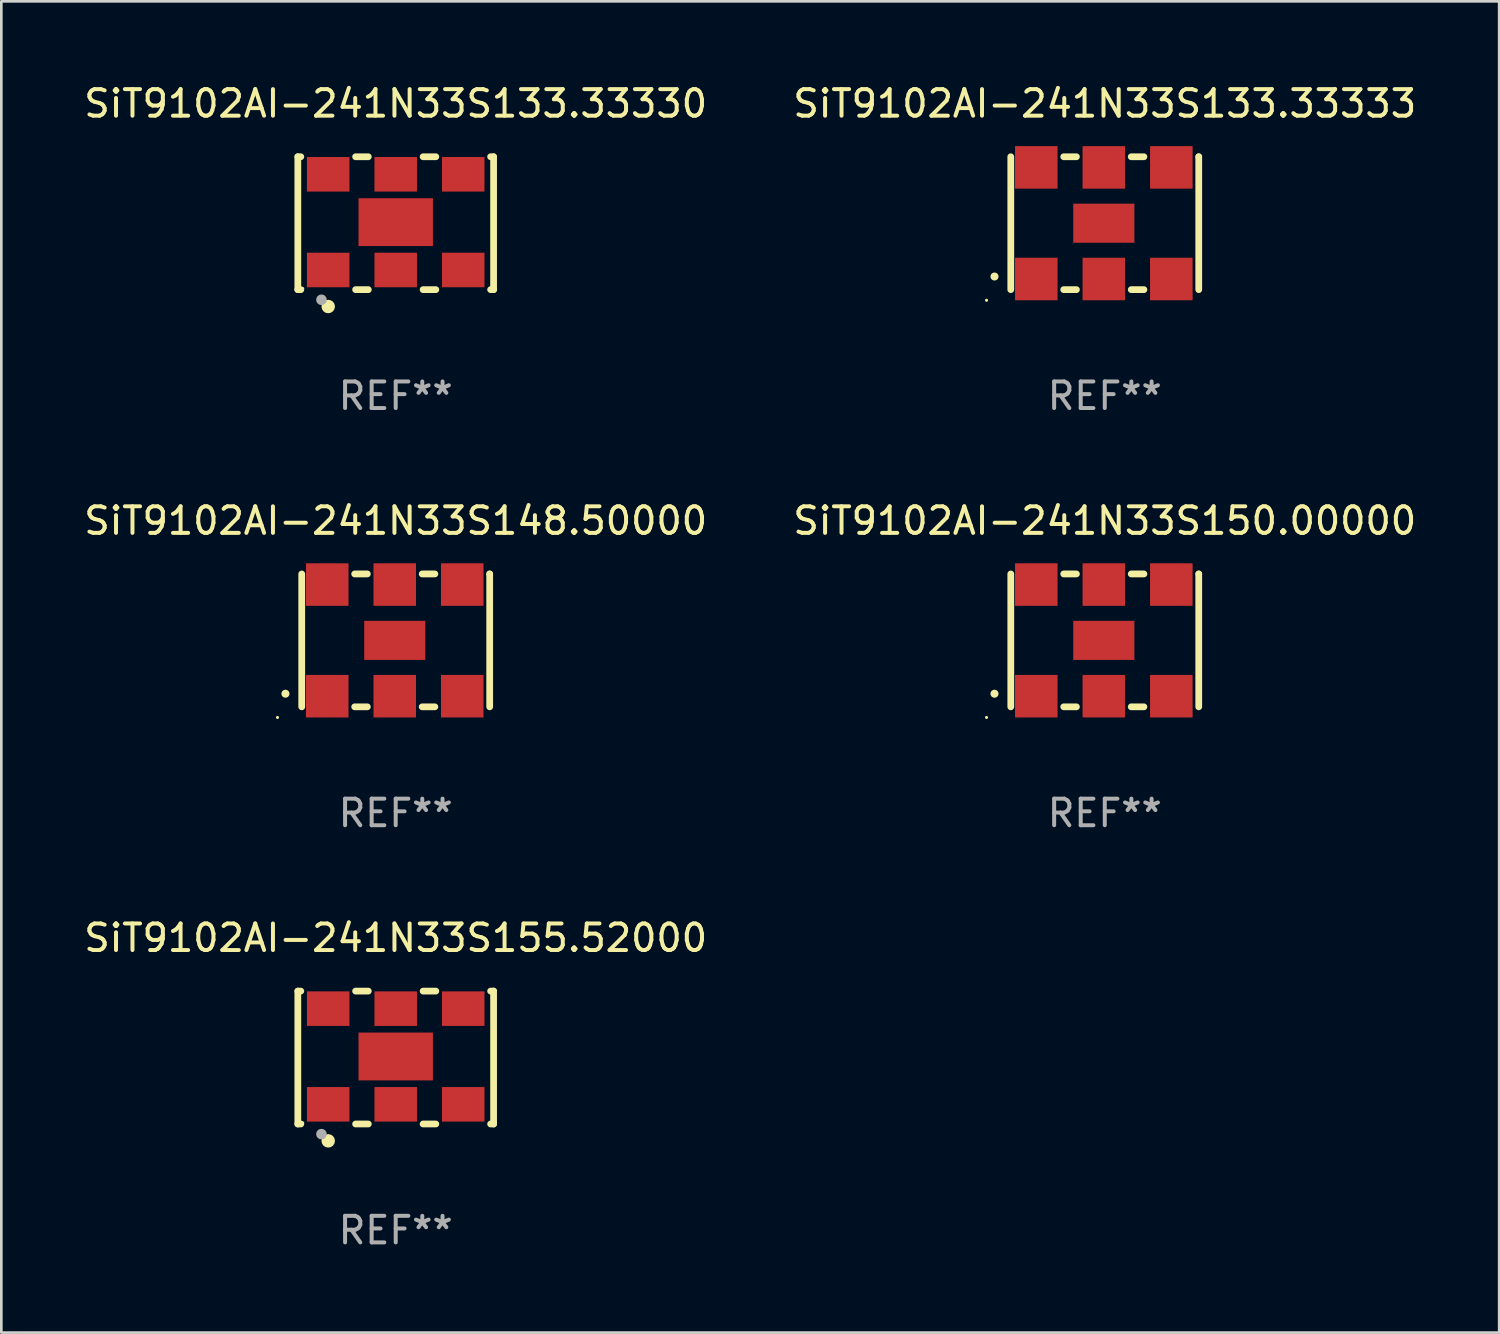
<source format=kicad_pcb>
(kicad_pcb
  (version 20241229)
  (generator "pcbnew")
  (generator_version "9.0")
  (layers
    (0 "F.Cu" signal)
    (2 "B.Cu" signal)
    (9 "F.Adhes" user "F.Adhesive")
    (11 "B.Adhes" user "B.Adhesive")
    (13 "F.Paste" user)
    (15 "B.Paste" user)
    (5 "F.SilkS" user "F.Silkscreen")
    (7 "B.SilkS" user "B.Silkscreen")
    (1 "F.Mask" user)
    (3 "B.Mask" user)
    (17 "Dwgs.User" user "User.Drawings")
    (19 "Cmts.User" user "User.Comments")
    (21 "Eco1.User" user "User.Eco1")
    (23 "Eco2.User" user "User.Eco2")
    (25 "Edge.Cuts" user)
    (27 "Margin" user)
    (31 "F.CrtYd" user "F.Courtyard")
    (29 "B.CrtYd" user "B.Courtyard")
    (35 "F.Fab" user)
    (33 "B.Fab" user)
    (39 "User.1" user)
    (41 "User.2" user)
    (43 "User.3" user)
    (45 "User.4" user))
  (footprint "SiT9102AI-241N33S133.33330"
    (layer "F.Cu")
    (at 11.839 5.348)
    (property "Reference" "SiT9102AI-241N33S133.33330" (at 0 -4.5 0) (layer "F.SilkS") (effects (font (size 1 1) (thickness 0.15))))
    (attr through_hole)
    (fp_line (start -3.683 -2.5) (end -3.571 -2.5) (stroke (width 0.254) (type solid)) (layer "F.SilkS"))
    (fp_line (start -3.683 2.5) (end -3.683 -2.5) (stroke (width 0.254) (type solid)) (layer "F.SilkS"))
    (fp_line (start -3.683 2.5) (end -3.571 2.5) (stroke (width 0.254) (type solid)) (layer "F.SilkS"))
    (fp_line (start -1.509 -2.5) (end -1.031 -2.5) (stroke (width 0.254) (type solid)) (layer "F.SilkS"))
    (fp_line (start -1.509 2.5) (end -1.031 2.5) (stroke (width 0.254) (type solid)) (layer "F.SilkS"))
    (fp_line (start 1.031 -2.5) (end 1.509 -2.5) (stroke (width 0.254) (type solid)) (layer "F.SilkS"))
    (fp_line (start 1.031 2.5) (end 1.509 2.5) (stroke (width 0.254) (type solid)) (layer "F.SilkS"))
    (fp_line (start 3.571 -2.5) (end 3.683 -2.5) (stroke (width 0.254) (type solid)) (layer "F.SilkS"))
    (fp_line (start 3.571 2.5) (end 3.683 2.5) (stroke (width 0.254) (type solid)) (layer "F.SilkS"))
    (fp_line (start 3.683 2.5) (end 3.683 -2.5) (stroke (width 0.254) (type solid)) (layer "F.SilkS"))
    (fp_circle (center -3.5 2.46) (end -3.47 2.46) (stroke (width 0.06) (type solid)) (fill no) (layer "F.SilkS"))
    (fp_circle (center -2.54 3.135) (end -2.413 3.135) (stroke (width 0.254) (type solid)) (fill no) (layer "F.SilkS"))
    (fp_circle (center -2.794 2.881) (end -2.694 2.881) (stroke (width 0.2) (type solid)) (fill no) (layer "F.Fab"))
    (fp_text user "REF**" (at 0 6.5 0) (layer "F.Fab") (effects (font (size 1 1) (thickness 0.15))))
    (pad "1" smd rect (at -2.54 1.76) (size 1.6 1.3) (layers "F.Cu" "F.Mask" "F.Paste"))
    (pad "2" smd rect (at 0 1.76) (size 1.6 1.3) (layers "F.Cu" "F.Mask" "F.Paste"))
    (pad "3" smd rect (at 2.54 1.76) (size 1.6 1.3) (layers "F.Cu" "F.Mask" "F.Paste"))
    (pad "4" smd rect (at 2.54 -1.84) (size 1.6 1.3) (layers "F.Cu" "F.Mask" "F.Paste"))
    (pad "5" smd rect (at 0 -1.84) (size 1.6 1.3) (layers "F.Cu" "F.Mask" "F.Paste"))
    (pad "6" smd rect (at -2.54 -1.84) (size 1.6 1.3) (layers "F.Cu" "F.Mask" "F.Paste"))
    (pad "7" smd rect (at 0 -0.04) (size 2.8 1.8) (layers "F.Cu" "F.Mask" "F.Paste")))
  (footprint "SiT9102AI-241N33S148.50000"
    (layer "F.Cu")
    (at 11.839 21.045)
    (property "Reference" "SiT9102AI-241N33S148.50000" (at 0 -4.5 0) (layer "F.SilkS") (effects (font (size 1 1) (thickness 0.15))))
    (attr through_hole)
    (fp_line (start -3.536 -2.5) (end -3.536 2.5) (stroke (width 0.254) (type solid)) (layer "F.SilkS"))
    (fp_line (start -1.544 2.5) (end -1.067 2.5) (stroke (width 0.254) (type solid)) (layer "F.SilkS"))
    (fp_line (start -1.067 -2.5) (end -1.544 -2.5) (stroke (width 0.254) (type solid)) (layer "F.SilkS"))
    (fp_line (start 0.996 2.5) (end 1.473 2.5) (stroke (width 0.254) (type solid)) (layer "F.SilkS"))
    (fp_line (start 1.473 -2.5) (end 0.996 -2.5) (stroke (width 0.254) (type solid)) (layer "F.SilkS"))
    (fp_line (start 3.536 -2.5) (end 3.536 -2.5) (stroke (width 0.254) (type solid)) (layer "F.SilkS"))
    (fp_line (start 3.536 2.5) (end 3.536 -2.5) (stroke (width 0.254) (type solid)) (layer "F.SilkS"))
    (fp_arc (start -4.150432 2.006604) (mid -4.149162 2.006599) (end -4.147892 2.006604) (stroke (width 0.3) (type solid)) (layer "F.SilkS"))
    (fp_circle (center -4.449 2.9) (end -4.419 2.9) (stroke (width 0.06) (type solid)) (fill no) (layer "F.SilkS"))
    (fp_text user "REF**" (at 0 6.5 0) (layer "F.Fab") (effects (font (size 1 1) (thickness 0.15))))
    (pad "1" smd rect (at -2.576 2.1) (size 1.6 1.6) (layers "F.Cu" "F.Mask" "F.Paste"))
    (pad "2" smd rect (at -0.036 2.1) (size 1.6 1.6) (layers "F.Cu" "F.Mask" "F.Paste"))
    (pad "3" smd rect (at 2.504 2.1) (size 1.6 1.6) (layers "F.Cu" "F.Mask" "F.Paste"))
    (pad "4" smd rect (at 2.504 -2.1) (size 1.6 1.6) (layers "F.Cu" "F.Mask" "F.Paste"))
    (pad "5" smd rect (at -0.036 -2.1) (size 1.6 1.6) (layers "F.Cu" "F.Mask" "F.Paste"))
    (pad "6" smd rect (at -2.576 -2.1) (size 1.6 1.6) (layers "F.Cu" "F.Mask" "F.Paste"))
    (pad "7" smd rect (at -0.036 0) (size 2.3 1.47) (layers "F.Cu" "F.Mask" "F.Paste")))
  (footprint "SiT9102AI-241N33S133.33333"
    (layer "F.Cu")
    (at 38.518 5.348)
    (property "Reference" "SiT9102AI-241N33S133.33333" (at 0 -4.5 0) (layer "F.SilkS") (effects (font (size 1 1) (thickness 0.15))))
    (attr through_hole)
    (fp_line (start -3.536 -2.5) (end -3.536 2.5) (stroke (width 0.254) (type solid)) (layer "F.SilkS"))
    (fp_line (start -1.544 2.5) (end -1.067 2.5) (stroke (width 0.254) (type solid)) (layer "F.SilkS"))
    (fp_line (start -1.067 -2.5) (end -1.544 -2.5) (stroke (width 0.254) (type solid)) (layer "F.SilkS"))
    (fp_line (start 0.996 2.5) (end 1.473 2.5) (stroke (width 0.254) (type solid)) (layer "F.SilkS"))
    (fp_line (start 1.473 -2.5) (end 0.996 -2.5) (stroke (width 0.254) (type solid)) (layer "F.SilkS"))
    (fp_line (start 3.536 -2.5) (end 3.536 -2.5) (stroke (width 0.254) (type solid)) (layer "F.SilkS"))
    (fp_line (start 3.536 2.5) (end 3.536 -2.5) (stroke (width 0.254) (type solid)) (layer "F.SilkS"))
    (fp_arc (start -4.150432 2.006604) (mid -4.149162 2.006599) (end -4.147892 2.006604) (stroke (width 0.3) (type solid)) (layer "F.SilkS"))
    (fp_circle (center -4.449 2.9) (end -4.419 2.9) (stroke (width 0.06) (type solid)) (fill no) (layer "F.SilkS"))
    (fp_text user "REF**" (at 0 6.5 0) (layer "F.Fab") (effects (font (size 1 1) (thickness 0.15))))
    (pad "1" smd rect (at -2.576 2.1) (size 1.6 1.6) (layers "F.Cu" "F.Mask" "F.Paste"))
    (pad "2" smd rect (at -0.036 2.1) (size 1.6 1.6) (layers "F.Cu" "F.Mask" "F.Paste"))
    (pad "3" smd rect (at 2.504 2.1) (size 1.6 1.6) (layers "F.Cu" "F.Mask" "F.Paste"))
    (pad "4" smd rect (at 2.504 -2.1) (size 1.6 1.6) (layers "F.Cu" "F.Mask" "F.Paste"))
    (pad "5" smd rect (at -0.036 -2.1) (size 1.6 1.6) (layers "F.Cu" "F.Mask" "F.Paste"))
    (pad "6" smd rect (at -2.576 -2.1) (size 1.6 1.6) (layers "F.Cu" "F.Mask" "F.Paste"))
    (pad "7" smd rect (at -0.036 0) (size 2.3 1.47) (layers "F.Cu" "F.Mask" "F.Paste")))
  (footprint "SiT9102AI-241N33S155.52000"
    (layer "F.Cu")
    (at 11.839 36.741)
    (property "Reference" "SiT9102AI-241N33S155.52000" (at 0 -4.5 0) (layer "F.SilkS") (effects (font (size 1 1) (thickness 0.15))))
    (attr through_hole)
    (fp_line (start -3.683 -2.5) (end -3.571 -2.5) (stroke (width 0.254) (type solid)) (layer "F.SilkS"))
    (fp_line (start -3.683 2.5) (end -3.683 -2.5) (stroke (width 0.254) (type solid)) (layer "F.SilkS"))
    (fp_line (start -3.683 2.5) (end -3.571 2.5) (stroke (width 0.254) (type solid)) (layer "F.SilkS"))
    (fp_line (start -1.509 -2.5) (end -1.031 -2.5) (stroke (width 0.254) (type solid)) (layer "F.SilkS"))
    (fp_line (start -1.509 2.5) (end -1.031 2.5) (stroke (width 0.254) (type solid)) (layer "F.SilkS"))
    (fp_line (start 1.031 -2.5) (end 1.509 -2.5) (stroke (width 0.254) (type solid)) (layer "F.SilkS"))
    (fp_line (start 1.031 2.5) (end 1.509 2.5) (stroke (width 0.254) (type solid)) (layer "F.SilkS"))
    (fp_line (start 3.571 -2.5) (end 3.683 -2.5) (stroke (width 0.254) (type solid)) (layer "F.SilkS"))
    (fp_line (start 3.571 2.5) (end 3.683 2.5) (stroke (width 0.254) (type solid)) (layer "F.SilkS"))
    (fp_line (start 3.683 2.5) (end 3.683 -2.5) (stroke (width 0.254) (type solid)) (layer "F.SilkS"))
    (fp_circle (center -3.5 2.46) (end -3.47 2.46) (stroke (width 0.06) (type solid)) (fill no) (layer "F.SilkS"))
    (fp_circle (center -2.54 3.135) (end -2.413 3.135) (stroke (width 0.254) (type solid)) (fill no) (layer "F.SilkS"))
    (fp_circle (center -2.794 2.881) (end -2.694 2.881) (stroke (width 0.2) (type solid)) (fill no) (layer "F.Fab"))
    (fp_text user "REF**" (at 0 6.5 0) (layer "F.Fab") (effects (font (size 1 1) (thickness 0.15))))
    (pad "1" smd rect (at -2.54 1.76) (size 1.6 1.3) (layers "F.Cu" "F.Mask" "F.Paste"))
    (pad "2" smd rect (at 0 1.76) (size 1.6 1.3) (layers "F.Cu" "F.Mask" "F.Paste"))
    (pad "3" smd rect (at 2.54 1.76) (size 1.6 1.3) (layers "F.Cu" "F.Mask" "F.Paste"))
    (pad "4" smd rect (at 2.54 -1.84) (size 1.6 1.3) (layers "F.Cu" "F.Mask" "F.Paste"))
    (pad "5" smd rect (at 0 -1.84) (size 1.6 1.3) (layers "F.Cu" "F.Mask" "F.Paste"))
    (pad "6" smd rect (at -2.54 -1.84) (size 1.6 1.3) (layers "F.Cu" "F.Mask" "F.Paste"))
    (pad "7" smd rect (at 0 -0.04) (size 2.8 1.8) (layers "F.Cu" "F.Mask" "F.Paste")))
  (footprint "SiT9102AI-241N33S150.00000"
    (layer "F.Cu")
    (at 38.518 21.045)
    (property "Reference" "SiT9102AI-241N33S150.00000" (at 0 -4.5 0) (layer "F.SilkS") (effects (font (size 1 1) (thickness 0.15))))
    (attr through_hole)
    (fp_line (start -3.536 -2.5) (end -3.536 2.5) (stroke (width 0.254) (type solid)) (layer "F.SilkS"))
    (fp_line (start -1.544 2.5) (end -1.067 2.5) (stroke (width 0.254) (type solid)) (layer "F.SilkS"))
    (fp_line (start -1.067 -2.5) (end -1.544 -2.5) (stroke (width 0.254) (type solid)) (layer "F.SilkS"))
    (fp_line (start 0.996 2.5) (end 1.473 2.5) (stroke (width 0.254) (type solid)) (layer "F.SilkS"))
    (fp_line (start 1.473 -2.5) (end 0.996 -2.5) (stroke (width 0.254) (type solid)) (layer "F.SilkS"))
    (fp_line (start 3.536 -2.5) (end 3.536 -2.5) (stroke (width 0.254) (type solid)) (layer "F.SilkS"))
    (fp_line (start 3.536 2.5) (end 3.536 -2.5) (stroke (width 0.254) (type solid)) (layer "F.SilkS"))
    (fp_arc (start -4.150432 2.006604) (mid -4.149162 2.006599) (end -4.147892 2.006604) (stroke (width 0.3) (type solid)) (layer "F.SilkS"))
    (fp_circle (center -4.449 2.9) (end -4.419 2.9) (stroke (width 0.06) (type solid)) (fill no) (layer "F.SilkS"))
    (fp_text user "REF**" (at 0 6.5 0) (layer "F.Fab") (effects (font (size 1 1) (thickness 0.15))))
    (pad "1" smd rect (at -2.576 2.1) (size 1.6 1.6) (layers "F.Cu" "F.Mask" "F.Paste"))
    (pad "2" smd rect (at -0.036 2.1) (size 1.6 1.6) (layers "F.Cu" "F.Mask" "F.Paste"))
    (pad "3" smd rect (at 2.504 2.1) (size 1.6 1.6) (layers "F.Cu" "F.Mask" "F.Paste"))
    (pad "4" smd rect (at 2.504 -2.1) (size 1.6 1.6) (layers "F.Cu" "F.Mask" "F.Paste"))
    (pad "5" smd rect (at -0.036 -2.1) (size 1.6 1.6) (layers "F.Cu" "F.Mask" "F.Paste"))
    (pad "6" smd rect (at -2.576 -2.1) (size 1.6 1.6) (layers "F.Cu" "F.Mask" "F.Paste"))
    (pad "7" smd rect (at -0.036 0) (size 2.3 1.47) (layers "F.Cu" "F.Mask" "F.Paste")))
  (gr_rect
    (start -3 -3)
    (end 53.357 47.09)
    (stroke (width 0.1) (type default))
    (fill no)
    (layer "Edge.Cuts")))
</source>
